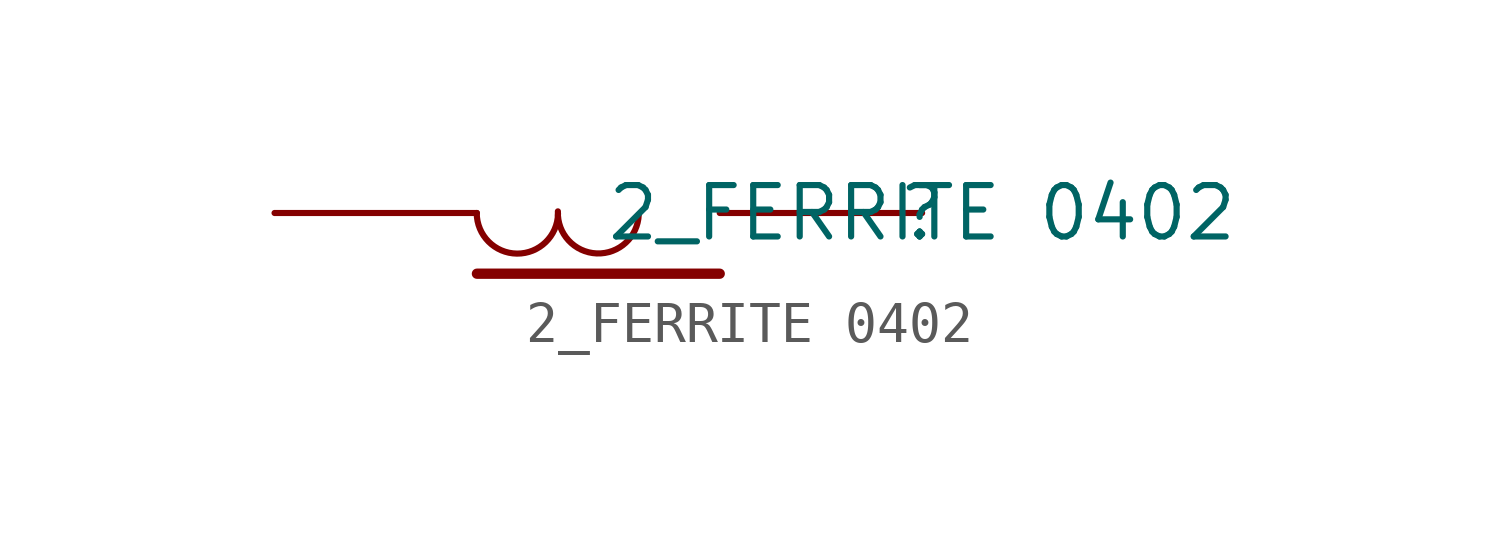
<source format=kicad_sym>
(kicad_symbol_lib
  (version 20210619)
  (generator kicad_symbol_editor)
  (symbol "e-verest-altium-import:2_FERRITE 0402"
    (property "Reference" ""
      (at 0 0 0)
      (effects (font (size 1.27 1.27))))
    (property "Value" "2_FERRITE 0402"
      (at 0 0 0)
      (effects (font (size 1.27 1.27))))
    (symbol "2_FERRITE 0402_1_0"
      (arc (start -11.0043 0) (end -8.9959 -0.0193) (radius (at -10 0) (length 1.0043) (angles 180 -1.1)) (stroke (width 0)) (fill (type none)))
      (arc (start -8.9991 0.0401) (end -7.0009 -0.0401) (radius (at -8 0) (length 0.9999) (angles 177.7 -2.3)) (stroke (width 0)) (fill (type none)))
      (polyline (pts (xy -5 -1.5) (xy -11 -1.5)) (stroke (width 0.254)) (fill (type none)))
      (pin passive line (at 0 0 180) (length 5) (name "1" (effects (font (size 0 0)))) (number "1" (effects (font (size 0 0)))))
      (pin passive line (at -16 0 0) (length 5) (name "2" (effects (font (size 0 0)))) (number "2" (effects (font (size 0 0))))))))
</source>
